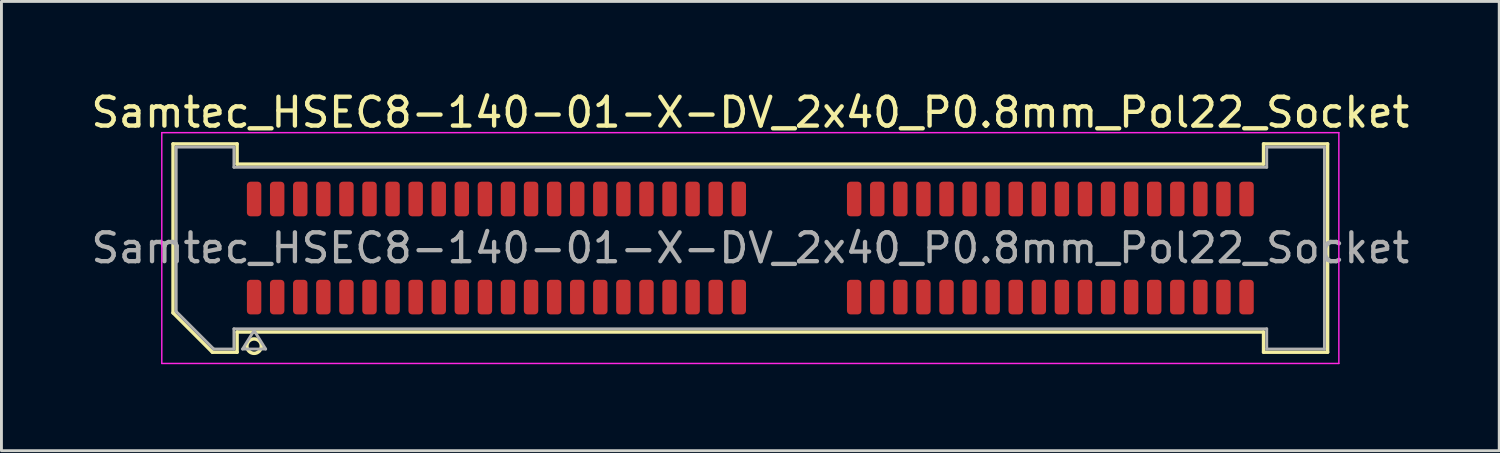
<source format=kicad_pcb>
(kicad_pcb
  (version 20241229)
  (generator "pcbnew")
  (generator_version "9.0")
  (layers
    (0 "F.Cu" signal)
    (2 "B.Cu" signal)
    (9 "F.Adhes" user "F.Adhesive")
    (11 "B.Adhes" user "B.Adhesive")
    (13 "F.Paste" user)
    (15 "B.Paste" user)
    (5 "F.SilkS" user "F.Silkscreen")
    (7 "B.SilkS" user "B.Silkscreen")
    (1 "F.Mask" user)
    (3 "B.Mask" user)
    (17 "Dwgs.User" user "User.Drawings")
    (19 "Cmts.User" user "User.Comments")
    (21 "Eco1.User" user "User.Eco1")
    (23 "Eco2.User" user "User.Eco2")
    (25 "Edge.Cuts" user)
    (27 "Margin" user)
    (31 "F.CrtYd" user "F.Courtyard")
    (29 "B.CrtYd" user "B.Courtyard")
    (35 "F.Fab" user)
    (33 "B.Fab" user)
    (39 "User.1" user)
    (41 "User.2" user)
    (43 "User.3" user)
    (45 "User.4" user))
  (footprint "Samtec_HSEC8-140-01-X-DV_2x40_P0.8mm_Pol22_Socket"
    (layer "F.Cu")
    (at 22.958 5.548)
    (property "Reference" "Samtec_HSEC8-140-01-X-DV_2x40_P0.8mm_Pol22_Socket" (at 0 -4.7 0) (layer "F.SilkS") (effects (font (size 1 1) (thickness 0.15))))
    (attr smd)
    (fp_line (start -20.01 -3.61) (end -17.79 -3.61) (stroke (width 0.12) (type solid)) (layer "F.SilkS"))
    (fp_line (start -20.01 2.246) (end -20.01 -3.61) (stroke (width 0.12) (type solid)) (layer "F.SilkS"))
    (fp_line (start -18.646 3.61) (end -20.01 2.246) (stroke (width 0.12) (type solid)) (layer "F.SilkS"))
    (fp_line (start -17.79 -3.61) (end -17.79 -2.91) (stroke (width 0.12) (type solid)) (layer "F.SilkS"))
    (fp_line (start -17.79 -2.91) (end 17.79 -2.91) (stroke (width 0.12) (type solid)) (layer "F.SilkS"))
    (fp_line (start -17.79 2.91) (end -17.79 3.61) (stroke (width 0.12) (type solid)) (layer "F.SilkS"))
    (fp_line (start -17.79 3.61) (end -18.646 3.61) (stroke (width 0.12) (type solid)) (layer "F.SilkS"))
    (fp_line (start 17.79 -3.61) (end 20.01 -3.61) (stroke (width 0.12) (type solid)) (layer "F.SilkS"))
    (fp_line (start 17.79 -2.91) (end 17.79 -3.61) (stroke (width 0.12) (type solid)) (layer "F.SilkS"))
    (fp_line (start 17.79 2.91) (end -17.79 2.91) (stroke (width 0.12) (type solid)) (layer "F.SilkS"))
    (fp_line (start 17.79 3.61) (end 17.79 2.91) (stroke (width 0.12) (type solid)) (layer "F.SilkS"))
    (fp_line (start 20.01 -3.61) (end 20.01 3.61) (stroke (width 0.12) (type solid)) (layer "F.SilkS"))
    (fp_line (start 20.01 3.61) (end 17.79 3.61) (stroke (width 0.12) (type solid)) (layer "F.SilkS"))
    (fp_circle (center -17.2 3.4) (end -16.95 3.4) (stroke (width 0.12) (type solid)) (fill no) (layer "F.SilkS"))
    (fp_line (start -20.4 -4) (end -20.4 4) (stroke (width 0.05) (type solid)) (layer "F.CrtYd"))
    (fp_line (start -20.4 4) (end 20.4 4) (stroke (width 0.05) (type solid)) (layer "F.CrtYd"))
    (fp_line (start 20.4 -4) (end -20.4 -4) (stroke (width 0.05) (type solid)) (layer "F.CrtYd"))
    (fp_line (start 20.4 4) (end 20.4 -4) (stroke (width 0.05) (type solid)) (layer "F.CrtYd"))
    (fp_line (start -19.9 -3.5) (end -17.9 -3.5) (stroke (width 0.1) (type solid)) (layer "F.Fab"))
    (fp_line (start -19.9 2.2) (end -19.9 -3.5) (stroke (width 0.1) (type solid)) (layer "F.Fab"))
    (fp_line (start -18.6 3.5) (end -19.9 2.2) (stroke (width 0.1) (type solid)) (layer "F.Fab"))
    (fp_line (start -17.9 -3.5) (end -17.9 -2.8) (stroke (width 0.1) (type solid)) (layer "F.Fab"))
    (fp_line (start -17.9 -2.8) (end 17.9 -2.8) (stroke (width 0.1) (type solid)) (layer "F.Fab"))
    (fp_line (start -17.9 2.8) (end -17.9 3.5) (stroke (width 0.1) (type solid)) (layer "F.Fab"))
    (fp_line (start -17.9 3.5) (end -18.6 3.5) (stroke (width 0.1) (type solid)) (layer "F.Fab"))
    (fp_line (start -17.6 3.5) (end -17.2 2.86) (stroke (width 0.1) (type solid)) (layer "F.Fab"))
    (fp_line (start -17.2 2.86) (end -16.8 3.5) (stroke (width 0.1) (type solid)) (layer "F.Fab"))
    (fp_line (start -16.8 3.5) (end -17.6 3.5) (stroke (width 0.1) (type solid)) (layer "F.Fab"))
    (fp_line (start 17.9 -3.5) (end 19.9 -3.5) (stroke (width 0.1) (type solid)) (layer "F.Fab"))
    (fp_line (start 17.9 -2.8) (end 17.9 -3.5) (stroke (width 0.1) (type solid)) (layer "F.Fab"))
    (fp_line (start 17.9 2.8) (end -17.9 2.8) (stroke (width 0.1) (type solid)) (layer "F.Fab"))
    (fp_line (start 17.9 3.5) (end 17.9 2.8) (stroke (width 0.1) (type solid)) (layer "F.Fab"))
    (fp_line (start 19.9 -3.5) (end 19.9 3.5) (stroke (width 0.1) (type solid)) (layer "F.Fab"))
    (fp_line (start 19.9 3.5) (end 17.9 3.5) (stroke (width 0.1) (type solid)) (layer "F.Fab"))
    (fp_text user "${REFERENCE}" (at 0 0 0) (layer "F.Fab") (effects (font (size 1 1) (thickness 0.15))))
    (pad "1" smd roundrect (at -17.2 1.7) (size 0.5 1.2) (layers "F.Cu" "F.Mask" "F.Paste") (roundrect_rratio 0.25))
    (pad "2" smd roundrect (at -17.2 -1.7) (size 0.5 1.2) (layers "F.Cu" "F.Mask" "F.Paste") (roundrect_rratio 0.25))
    (pad "3" smd roundrect (at -16.4 1.7) (size 0.5 1.2) (layers "F.Cu" "F.Mask" "F.Paste") (roundrect_rratio 0.25))
    (pad "4" smd roundrect (at -16.4 -1.7) (size 0.5 1.2) (layers "F.Cu" "F.Mask" "F.Paste") (roundrect_rratio 0.25))
    (pad "5" smd roundrect (at -15.6 1.7) (size 0.5 1.2) (layers "F.Cu" "F.Mask" "F.Paste") (roundrect_rratio 0.25))
    (pad "6" smd roundrect (at -15.6 -1.7) (size 0.5 1.2) (layers "F.Cu" "F.Mask" "F.Paste") (roundrect_rratio 0.25))
    (pad "7" smd roundrect (at -14.8 1.7) (size 0.5 1.2) (layers "F.Cu" "F.Mask" "F.Paste") (roundrect_rratio 0.25))
    (pad "8" smd roundrect (at -14.8 -1.7) (size 0.5 1.2) (layers "F.Cu" "F.Mask" "F.Paste") (roundrect_rratio 0.25))
    (pad "9" smd roundrect (at -14 1.7) (size 0.5 1.2) (layers "F.Cu" "F.Mask" "F.Paste") (roundrect_rratio 0.25))
    (pad "10" smd roundrect (at -14 -1.7) (size 0.5 1.2) (layers "F.Cu" "F.Mask" "F.Paste") (roundrect_rratio 0.25))
    (pad "11" smd roundrect (at -13.2 1.7) (size 0.5 1.2) (layers "F.Cu" "F.Mask" "F.Paste") (roundrect_rratio 0.25))
    (pad "12" smd roundrect (at -13.2 -1.7) (size 0.5 1.2) (layers "F.Cu" "F.Mask" "F.Paste") (roundrect_rratio 0.25))
    (pad "13" smd roundrect (at -12.4 1.7) (size 0.5 1.2) (layers "F.Cu" "F.Mask" "F.Paste") (roundrect_rratio 0.25))
    (pad "14" smd roundrect (at -12.4 -1.7) (size 0.5 1.2) (layers "F.Cu" "F.Mask" "F.Paste") (roundrect_rratio 0.25))
    (pad "15" smd roundrect (at -11.6 1.7) (size 0.5 1.2) (layers "F.Cu" "F.Mask" "F.Paste") (roundrect_rratio 0.25))
    (pad "16" smd roundrect (at -11.6 -1.7) (size 0.5 1.2) (layers "F.Cu" "F.Mask" "F.Paste") (roundrect_rratio 0.25))
    (pad "17" smd roundrect (at -10.8 1.7) (size 0.5 1.2) (layers "F.Cu" "F.Mask" "F.Paste") (roundrect_rratio 0.25))
    (pad "18" smd roundrect (at -10.8 -1.7) (size 0.5 1.2) (layers "F.Cu" "F.Mask" "F.Paste") (roundrect_rratio 0.25))
    (pad "19" smd roundrect (at -10 1.7) (size 0.5 1.2) (layers "F.Cu" "F.Mask" "F.Paste") (roundrect_rratio 0.25))
    (pad "20" smd roundrect (at -10 -1.7) (size 0.5 1.2) (layers "F.Cu" "F.Mask" "F.Paste") (roundrect_rratio 0.25))
    (pad "21" smd roundrect (at -9.2 1.7) (size 0.5 1.2) (layers "F.Cu" "F.Mask" "F.Paste") (roundrect_rratio 0.25))
    (pad "22" smd roundrect (at -9.2 -1.7) (size 0.5 1.2) (layers "F.Cu" "F.Mask" "F.Paste") (roundrect_rratio 0.25))
    (pad "23" smd roundrect (at -8.4 1.7) (size 0.5 1.2) (layers "F.Cu" "F.Mask" "F.Paste") (roundrect_rratio 0.25))
    (pad "24" smd roundrect (at -8.4 -1.7) (size 0.5 1.2) (layers "F.Cu" "F.Mask" "F.Paste") (roundrect_rratio 0.25))
    (pad "25" smd roundrect (at -7.6 1.7) (size 0.5 1.2) (layers "F.Cu" "F.Mask" "F.Paste") (roundrect_rratio 0.25))
    (pad "26" smd roundrect (at -7.6 -1.7) (size 0.5 1.2) (layers "F.Cu" "F.Mask" "F.Paste") (roundrect_rratio 0.25))
    (pad "27" smd roundrect (at -6.8 1.7) (size 0.5 1.2) (layers "F.Cu" "F.Mask" "F.Paste") (roundrect_rratio 0.25))
    (pad "28" smd roundrect (at -6.8 -1.7) (size 0.5 1.2) (layers "F.Cu" "F.Mask" "F.Paste") (roundrect_rratio 0.25))
    (pad "29" smd roundrect (at -6 1.7) (size 0.5 1.2) (layers "F.Cu" "F.Mask" "F.Paste") (roundrect_rratio 0.25))
    (pad "30" smd roundrect (at -6 -1.7) (size 0.5 1.2) (layers "F.Cu" "F.Mask" "F.Paste") (roundrect_rratio 0.25))
    (pad "31" smd roundrect (at -5.2 1.7) (size 0.5 1.2) (layers "F.Cu" "F.Mask" "F.Paste") (roundrect_rratio 0.25))
    (pad "32" smd roundrect (at -5.2 -1.7) (size 0.5 1.2) (layers "F.Cu" "F.Mask" "F.Paste") (roundrect_rratio 0.25))
    (pad "33" smd roundrect (at -4.4 1.7) (size 0.5 1.2) (layers "F.Cu" "F.Mask" "F.Paste") (roundrect_rratio 0.25))
    (pad "34" smd roundrect (at -4.4 -1.7) (size 0.5 1.2) (layers "F.Cu" "F.Mask" "F.Paste") (roundrect_rratio 0.25))
    (pad "35" smd roundrect (at -3.6 1.7) (size 0.5 1.2) (layers "F.Cu" "F.Mask" "F.Paste") (roundrect_rratio 0.25))
    (pad "36" smd roundrect (at -3.6 -1.7) (size 0.5 1.2) (layers "F.Cu" "F.Mask" "F.Paste") (roundrect_rratio 0.25))
    (pad "37" smd roundrect (at -2.8 1.7) (size 0.5 1.2) (layers "F.Cu" "F.Mask" "F.Paste") (roundrect_rratio 0.25))
    (pad "38" smd roundrect (at -2.8 -1.7) (size 0.5 1.2) (layers "F.Cu" "F.Mask" "F.Paste") (roundrect_rratio 0.25))
    (pad "39" smd roundrect (at -2 1.7) (size 0.5 1.2) (layers "F.Cu" "F.Mask" "F.Paste") (roundrect_rratio 0.25))
    (pad "40" smd roundrect (at -2 -1.7) (size 0.5 1.2) (layers "F.Cu" "F.Mask" "F.Paste") (roundrect_rratio 0.25))
    (pad "41" smd roundrect (at -1.2 1.7) (size 0.5 1.2) (layers "F.Cu" "F.Mask" "F.Paste") (roundrect_rratio 0.25))
    (pad "42" smd roundrect (at -1.2 -1.7) (size 0.5 1.2) (layers "F.Cu" "F.Mask" "F.Paste") (roundrect_rratio 0.25))
    (pad "43" smd roundrect (at -0.4 1.7) (size 0.5 1.2) (layers "F.Cu" "F.Mask" "F.Paste") (roundrect_rratio 0.25))
    (pad "44" smd roundrect (at -0.4 -1.7) (size 0.5 1.2) (layers "F.Cu" "F.Mask" "F.Paste") (roundrect_rratio 0.25))
    (pad "45" smd roundrect (at 3.6 1.7) (size 0.5 1.2) (layers "F.Cu" "F.Mask" "F.Paste") (roundrect_rratio 0.25))
    (pad "46" smd roundrect (at 3.6 -1.7) (size 0.5 1.2) (layers "F.Cu" "F.Mask" "F.Paste") (roundrect_rratio 0.25))
    (pad "47" smd roundrect (at 4.4 1.7) (size 0.5 1.2) (layers "F.Cu" "F.Mask" "F.Paste") (roundrect_rratio 0.25))
    (pad "48" smd roundrect (at 4.4 -1.7) (size 0.5 1.2) (layers "F.Cu" "F.Mask" "F.Paste") (roundrect_rratio 0.25))
    (pad "49" smd roundrect (at 5.2 1.7) (size 0.5 1.2) (layers "F.Cu" "F.Mask" "F.Paste") (roundrect_rratio 0.25))
    (pad "50" smd roundrect (at 5.2 -1.7) (size 0.5 1.2) (layers "F.Cu" "F.Mask" "F.Paste") (roundrect_rratio 0.25))
    (pad "51" smd roundrect (at 6 1.7) (size 0.5 1.2) (layers "F.Cu" "F.Mask" "F.Paste") (roundrect_rratio 0.25))
    (pad "52" smd roundrect (at 6 -1.7) (size 0.5 1.2) (layers "F.Cu" "F.Mask" "F.Paste") (roundrect_rratio 0.25))
    (pad "53" smd roundrect (at 6.8 1.7) (size 0.5 1.2) (layers "F.Cu" "F.Mask" "F.Paste") (roundrect_rratio 0.25))
    (pad "54" smd roundrect (at 6.8 -1.7) (size 0.5 1.2) (layers "F.Cu" "F.Mask" "F.Paste") (roundrect_rratio 0.25))
    (pad "55" smd roundrect (at 7.6 1.7) (size 0.5 1.2) (layers "F.Cu" "F.Mask" "F.Paste") (roundrect_rratio 0.25))
    (pad "56" smd roundrect (at 7.6 -1.7) (size 0.5 1.2) (layers "F.Cu" "F.Mask" "F.Paste") (roundrect_rratio 0.25))
    (pad "57" smd roundrect (at 8.4 1.7) (size 0.5 1.2) (layers "F.Cu" "F.Mask" "F.Paste") (roundrect_rratio 0.25))
    (pad "58" smd roundrect (at 8.4 -1.7) (size 0.5 1.2) (layers "F.Cu" "F.Mask" "F.Paste") (roundrect_rratio 0.25))
    (pad "59" smd roundrect (at 9.2 1.7) (size 0.5 1.2) (layers "F.Cu" "F.Mask" "F.Paste") (roundrect_rratio 0.25))
    (pad "60" smd roundrect (at 9.2 -1.7) (size 0.5 1.2) (layers "F.Cu" "F.Mask" "F.Paste") (roundrect_rratio 0.25))
    (pad "61" smd roundrect (at 10 1.7) (size 0.5 1.2) (layers "F.Cu" "F.Mask" "F.Paste") (roundrect_rratio 0.25))
    (pad "62" smd roundrect (at 10 -1.7) (size 0.5 1.2) (layers "F.Cu" "F.Mask" "F.Paste") (roundrect_rratio 0.25))
    (pad "63" smd roundrect (at 10.8 1.7) (size 0.5 1.2) (layers "F.Cu" "F.Mask" "F.Paste") (roundrect_rratio 0.25))
    (pad "64" smd roundrect (at 10.8 -1.7) (size 0.5 1.2) (layers "F.Cu" "F.Mask" "F.Paste") (roundrect_rratio 0.25))
    (pad "65" smd roundrect (at 11.6 1.7) (size 0.5 1.2) (layers "F.Cu" "F.Mask" "F.Paste") (roundrect_rratio 0.25))
    (pad "66" smd roundrect (at 11.6 -1.7) (size 0.5 1.2) (layers "F.Cu" "F.Mask" "F.Paste") (roundrect_rratio 0.25))
    (pad "67" smd roundrect (at 12.4 1.7) (size 0.5 1.2) (layers "F.Cu" "F.Mask" "F.Paste") (roundrect_rratio 0.25))
    (pad "68" smd roundrect (at 12.4 -1.7) (size 0.5 1.2) (layers "F.Cu" "F.Mask" "F.Paste") (roundrect_rratio 0.25))
    (pad "69" smd roundrect (at 13.2 1.7) (size 0.5 1.2) (layers "F.Cu" "F.Mask" "F.Paste") (roundrect_rratio 0.25))
    (pad "70" smd roundrect (at 13.2 -1.7) (size 0.5 1.2) (layers "F.Cu" "F.Mask" "F.Paste") (roundrect_rratio 0.25))
    (pad "71" smd roundrect (at 14 1.7) (size 0.5 1.2) (layers "F.Cu" "F.Mask" "F.Paste") (roundrect_rratio 0.25))
    (pad "72" smd roundrect (at 14 -1.7) (size 0.5 1.2) (layers "F.Cu" "F.Mask" "F.Paste") (roundrect_rratio 0.25))
    (pad "73" smd roundrect (at 14.8 1.7) (size 0.5 1.2) (layers "F.Cu" "F.Mask" "F.Paste") (roundrect_rratio 0.25))
    (pad "74" smd roundrect (at 14.8 -1.7) (size 0.5 1.2) (layers "F.Cu" "F.Mask" "F.Paste") (roundrect_rratio 0.25))
    (pad "75" smd roundrect (at 15.6 1.7) (size 0.5 1.2) (layers "F.Cu" "F.Mask" "F.Paste") (roundrect_rratio 0.25))
    (pad "76" smd roundrect (at 15.6 -1.7) (size 0.5 1.2) (layers "F.Cu" "F.Mask" "F.Paste") (roundrect_rratio 0.25))
    (pad "77" smd roundrect (at 16.4 1.7) (size 0.5 1.2) (layers "F.Cu" "F.Mask" "F.Paste") (roundrect_rratio 0.25))
    (pad "78" smd roundrect (at 16.4 -1.7) (size 0.5 1.2) (layers "F.Cu" "F.Mask" "F.Paste") (roundrect_rratio 0.25))
    (pad "79" smd roundrect (at 17.2 1.7) (size 0.5 1.2) (layers "F.Cu" "F.Mask" "F.Paste") (roundrect_rratio 0.25))
    (pad "80" smd roundrect (at 17.2 -1.7) (size 0.5 1.2) (layers "F.Cu" "F.Mask" "F.Paste") (roundrect_rratio 0.25)))
  (gr_rect
    (start -3 -3)
    (end 48.917 12.573)
    (stroke (width 0.1) (type default))
    (fill no)
    (layer "Edge.Cuts")))
</source>
